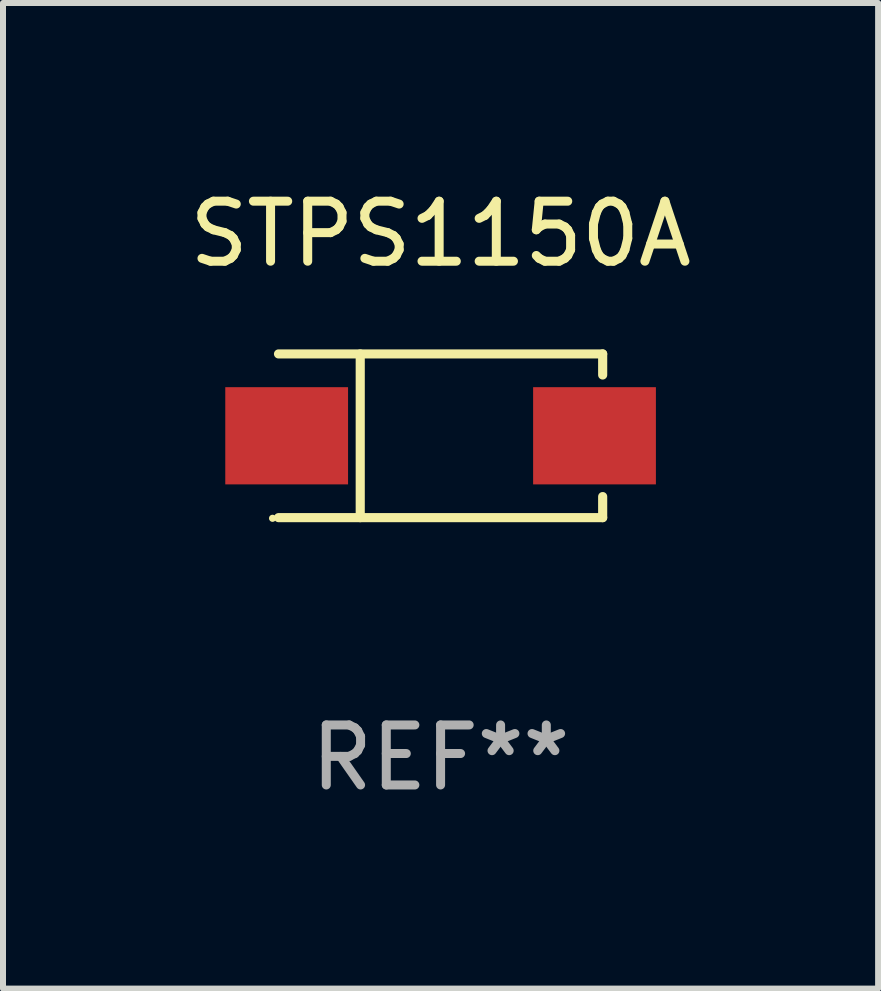
<source format=kicad_pcb>
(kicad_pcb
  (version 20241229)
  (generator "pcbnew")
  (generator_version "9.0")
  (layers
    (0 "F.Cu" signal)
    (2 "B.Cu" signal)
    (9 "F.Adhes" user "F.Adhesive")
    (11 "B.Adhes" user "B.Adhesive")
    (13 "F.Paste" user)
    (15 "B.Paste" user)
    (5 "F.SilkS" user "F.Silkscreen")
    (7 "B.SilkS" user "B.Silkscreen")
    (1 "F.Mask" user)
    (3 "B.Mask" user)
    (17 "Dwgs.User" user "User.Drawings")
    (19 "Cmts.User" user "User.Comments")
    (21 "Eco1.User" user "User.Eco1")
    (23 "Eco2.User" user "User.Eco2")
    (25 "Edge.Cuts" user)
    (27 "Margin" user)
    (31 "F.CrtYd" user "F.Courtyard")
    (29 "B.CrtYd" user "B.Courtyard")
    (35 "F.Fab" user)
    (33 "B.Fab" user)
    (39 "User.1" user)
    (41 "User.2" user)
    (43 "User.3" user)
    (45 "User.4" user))
  (footprint "STPS1150A"
    (layer "F.Cu")
    (at 4.292 4.212)
    (property "Reference" "STPS1150A" (at 0 -3.364 0) (layer "F.SilkS") (effects (font (size 1 1) (thickness 0.15))))
    (attr through_hole)
    (fp_line (start -2.701 -1.364) (end 2.701 -1.364) (stroke (width 0.152) (type solid)) (layer "F.SilkS"))
    (fp_line (start -2.701 1.364) (end 2.701 1.364) (stroke (width 0.152) (type solid)) (layer "F.SilkS"))
    (fp_line (start -1.339 -1.364) (end -1.339 1.364) (stroke (width 0.152) (type solid)) (layer "F.SilkS"))
    (fp_line (start 2.701 -1.364) (end 2.701 -1.013) (stroke (width 0.152) (type solid)) (layer "F.SilkS"))
    (fp_line (start 2.701 1.364) (end 2.701 1.013) (stroke (width 0.152) (type solid)) (layer "F.SilkS"))
    (fp_circle (center -2.8 1.375) (end -2.77 1.375) (stroke (width 0.06) (type solid)) (fill no) (layer "F.SilkS"))
    (fp_text user "REF**" (at 0 5.364 0) (layer "F.Fab") (effects (font (size 1 1) (thickness 0.15))))
    (pad "1" smd rect (at -2.565 -0.000025) (size 2.046 1.62) (layers "F.Cu" "F.Mask" "F.Paste"))
    (pad "2" smd rect (at 2.565 -0.000025) (size 2.046 1.62) (layers "F.Cu" "F.Mask" "F.Paste")))
  (gr_rect
    (start -3 -3)
    (end 11.583 13.424)
    (stroke (width 0.1) (type default))
    (fill no)
    (layer "Edge.Cuts")))
</source>
